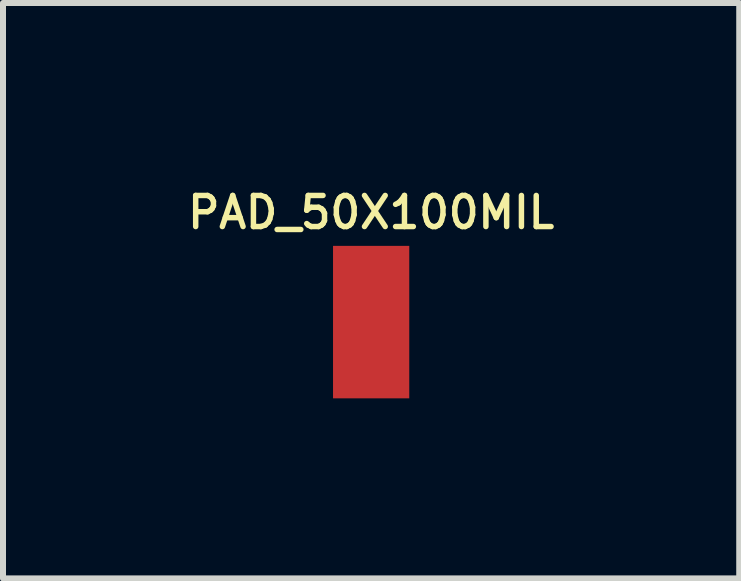
<source format=kicad_pcb>
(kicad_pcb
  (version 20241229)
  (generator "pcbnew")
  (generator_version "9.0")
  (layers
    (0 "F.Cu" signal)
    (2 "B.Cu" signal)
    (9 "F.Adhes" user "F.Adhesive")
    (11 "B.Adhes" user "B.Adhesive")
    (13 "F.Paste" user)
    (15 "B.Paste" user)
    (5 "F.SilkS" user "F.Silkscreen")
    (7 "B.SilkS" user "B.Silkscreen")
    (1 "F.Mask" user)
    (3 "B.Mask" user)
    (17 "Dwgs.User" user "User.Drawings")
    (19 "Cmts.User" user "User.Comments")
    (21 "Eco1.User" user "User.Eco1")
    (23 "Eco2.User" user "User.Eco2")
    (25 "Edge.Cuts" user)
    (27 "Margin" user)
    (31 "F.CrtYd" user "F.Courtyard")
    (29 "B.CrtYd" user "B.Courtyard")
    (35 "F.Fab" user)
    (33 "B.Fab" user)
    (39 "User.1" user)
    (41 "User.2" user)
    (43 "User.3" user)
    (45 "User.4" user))
  (footprint "PAD_50X100MIL"
    (layer "F.Cu")
    (at 3.133 2.316)
    (property "Reference" "PAD_50X100MIL" (at 0 -1.524 0) (unlocked yes) (layer "F.SilkS") (effects (font (size 0.518 0.518) (thickness 0.091)) (justify bottom)))
    (pad "P$1" smd rect (at 0 0) (size 1.27 2.54) (layers "F.Cu" "F.Mask" "F.Paste")))
  (gr_rect
    (start -3 -3)
    (end 9.265 6.586)
    (stroke (width 0.1) (type default))
    (fill no)
    (layer "Edge.Cuts")))
</source>
